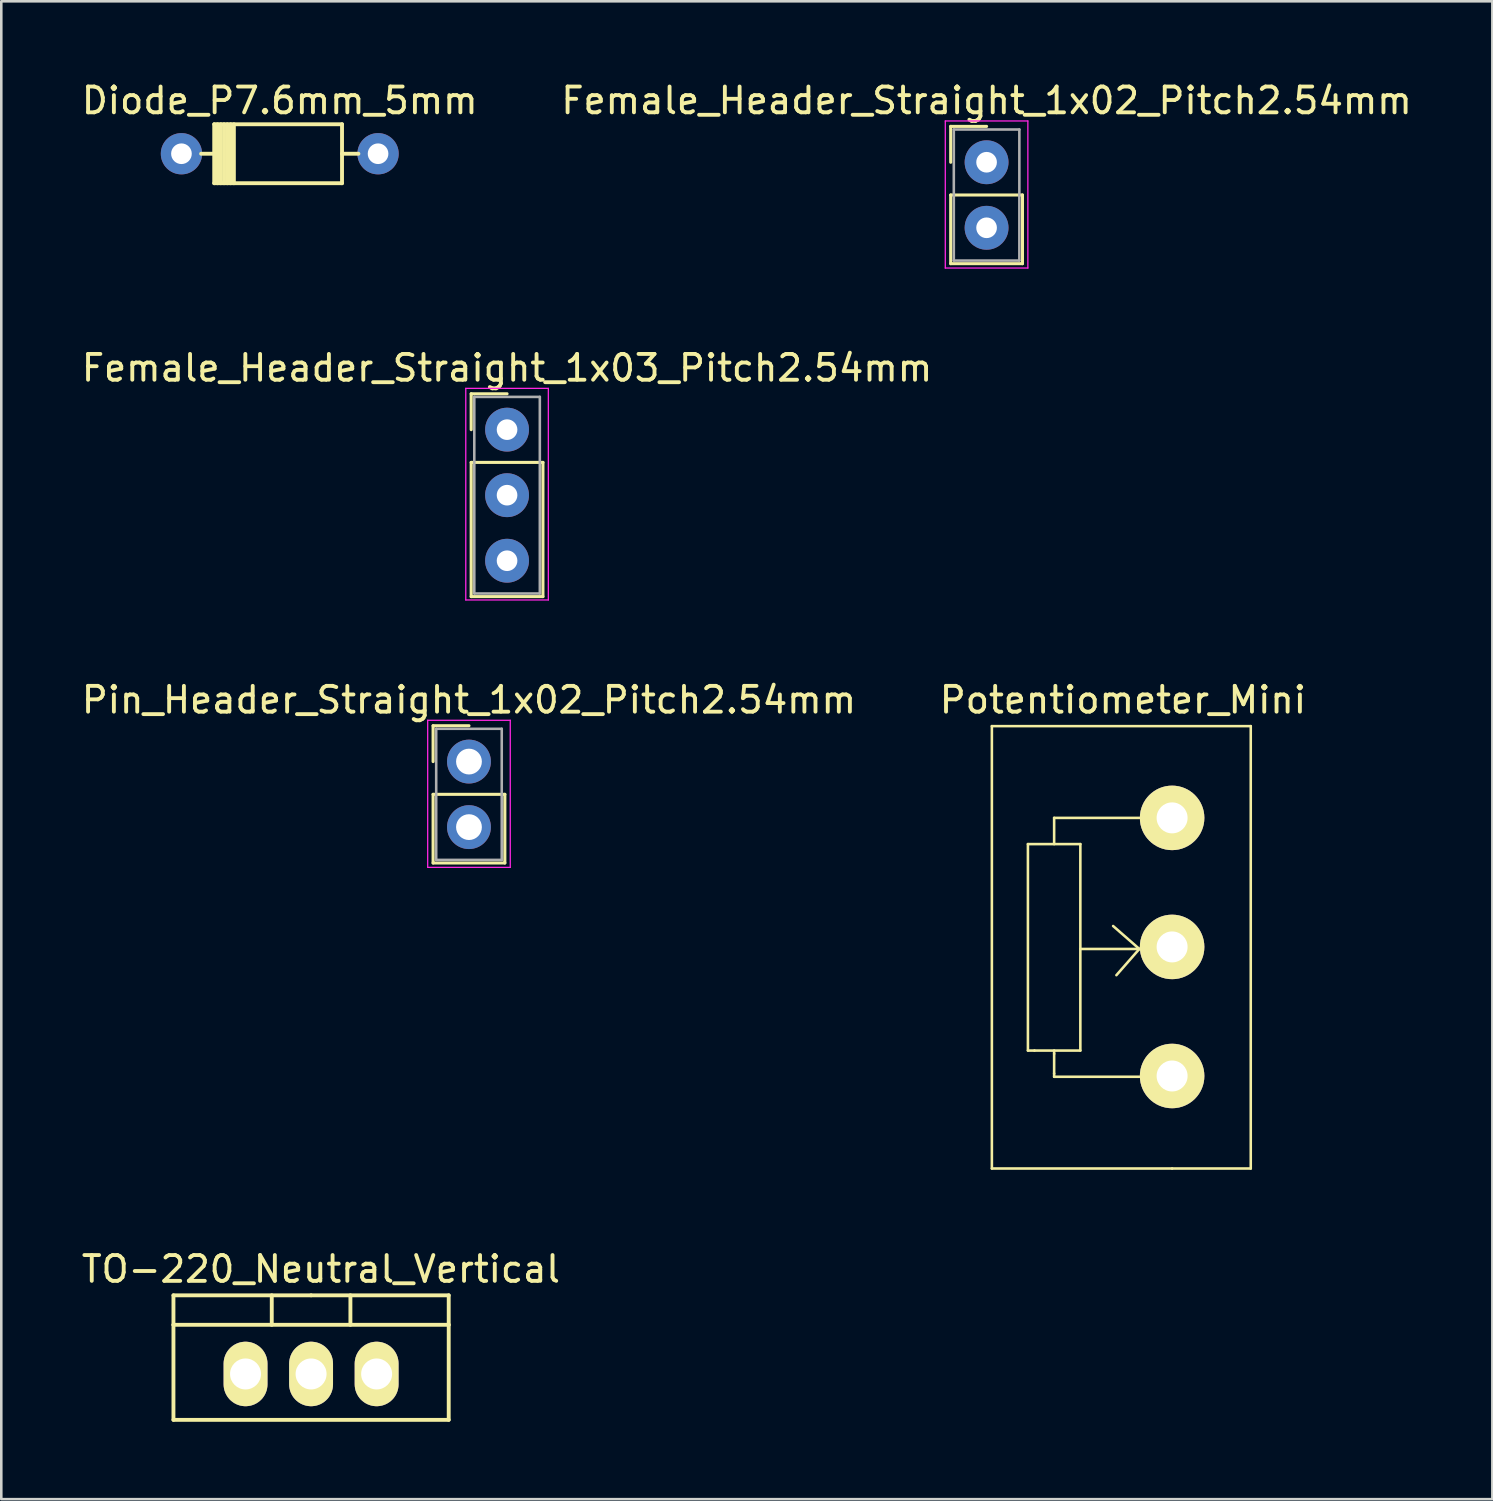
<source format=kicad_pcb>
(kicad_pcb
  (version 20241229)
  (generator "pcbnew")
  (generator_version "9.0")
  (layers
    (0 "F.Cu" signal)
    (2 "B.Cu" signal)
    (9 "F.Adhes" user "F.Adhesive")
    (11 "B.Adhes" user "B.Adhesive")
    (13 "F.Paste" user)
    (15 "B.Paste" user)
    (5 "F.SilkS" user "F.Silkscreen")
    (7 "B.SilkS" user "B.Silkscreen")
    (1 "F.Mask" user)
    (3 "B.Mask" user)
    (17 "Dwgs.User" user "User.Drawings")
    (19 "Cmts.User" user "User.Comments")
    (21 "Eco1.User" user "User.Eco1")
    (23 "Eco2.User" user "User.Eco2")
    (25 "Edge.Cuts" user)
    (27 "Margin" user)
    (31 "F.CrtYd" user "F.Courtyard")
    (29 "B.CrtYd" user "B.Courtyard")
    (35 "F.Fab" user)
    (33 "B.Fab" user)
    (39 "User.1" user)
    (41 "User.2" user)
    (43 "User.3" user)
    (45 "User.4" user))
  (footprint "Female_Header_Straight_1x03_Pitch2.54mm"
    (layer "F.Cu")
    (at 16.601 13.601)
    (property "Reference" "Female_Header_Straight_1x03_Pitch2.54mm" (at 0 -2.39 0) (layer "F.SilkS") (effects (font (size 1 1) (thickness 0.15))))
    (attr through_hole)
    (fp_line (start -1.39 -1.39) (end 0 -1.39) (stroke (width 0.12) (type solid)) (layer "F.SilkS"))
    (fp_line (start -1.39 0) (end -1.39 -1.39) (stroke (width 0.12) (type solid)) (layer "F.SilkS"))
    (fp_line (start -1.39 1.27) (end -1.39 6.47) (stroke (width 0.12) (type solid)) (layer "F.SilkS"))
    (fp_line (start -1.39 6.47) (end 1.39 6.47) (stroke (width 0.12) (type solid)) (layer "F.SilkS"))
    (fp_line (start 1.39 1.27) (end -1.39 1.27) (stroke (width 0.12) (type solid)) (layer "F.SilkS"))
    (fp_line (start 1.39 6.47) (end 1.39 1.27) (stroke (width 0.12) (type solid)) (layer "F.SilkS"))
    (fp_line (start -1.6 -1.6) (end -1.6 6.6) (stroke (width 0.05) (type solid)) (layer "F.CrtYd"))
    (fp_line (start -1.6 6.6) (end 1.6 6.6) (stroke (width 0.05) (type solid)) (layer "F.CrtYd"))
    (fp_line (start 1.6 -1.6) (end -1.6 -1.6) (stroke (width 0.05) (type solid)) (layer "F.CrtYd"))
    (fp_line (start 1.6 6.6) (end 1.6 -1.6) (stroke (width 0.05) (type solid)) (layer "F.CrtYd"))
    (fp_line (start -1.27 -1.27) (end -1.27 6.35) (stroke (width 0.1) (type solid)) (layer "F.Fab"))
    (fp_line (start -1.27 6.35) (end 1.27 6.35) (stroke (width 0.1) (type solid)) (layer "F.Fab"))
    (fp_line (start 1.27 -1.27) (end -1.27 -1.27) (stroke (width 0.1) (type solid)) (layer "F.Fab"))
    (fp_line (start 1.27 6.35) (end 1.27 -1.27) (stroke (width 0.1) (type solid)) (layer "F.Fab"))
    (pad "1" thru_hole circle (at 0 0) (size 1.7 1.7) (drill 0.8) (layers "*.Cu" "*.Mask"))
    (pad "2" thru_hole oval (at 0 2.54) (size 1.7 1.7) (drill 0.8) (layers "*.Cu" "*.Mask"))
    (pad "3" thru_hole oval (at 0 5.08) (size 1.7 1.7) (drill 0.8) (layers "*.Cu" "*.Mask")))
  (footprint "TO-220_Neutral_Vertical"
    (layer "F.Cu")
    (at 6.466 50.198)
    (property "Reference" "TO-220_Neutral_Vertical" (at 2.921 -4.064 0) (layer "F.SilkS") (effects (font (size 1 1) (thickness 0.15))))
    (attr through_hole)
    (fp_line (start -2.794 -1.905) (end -2.794 -3.048) (stroke (width 0.15) (type solid)) (layer "F.SilkS"))
    (fp_line (start -2.794 1.778) (end -2.794 -1.905) (stroke (width 0.15) (type solid)) (layer "F.SilkS"))
    (fp_line (start 1.016 -3.048) (end 1.016 -1.905) (stroke (width 0.15) (type solid)) (layer "F.SilkS"))
    (fp_line (start 2.54 -3.048) (end -2.794 -3.048) (stroke (width 0.15) (type solid)) (layer "F.SilkS"))
    (fp_line (start 2.54 -3.048) (end 7.874 -3.048) (stroke (width 0.15) (type solid)) (layer "F.SilkS"))
    (fp_line (start 4.064 -3.048) (end 4.064 -1.905) (stroke (width 0.15) (type solid)) (layer "F.SilkS"))
    (fp_line (start 7.874 -3.048) (end 7.874 -1.905) (stroke (width 0.15) (type solid)) (layer "F.SilkS"))
    (fp_line (start 7.874 -1.905) (end -2.794 -1.905) (stroke (width 0.15) (type solid)) (layer "F.SilkS"))
    (fp_line (start 7.874 -1.905) (end 7.874 1.778) (stroke (width 0.15) (type solid)) (layer "F.SilkS"))
    (fp_line (start 7.874 1.778) (end -2.794 1.778) (stroke (width 0.15) (type solid)) (layer "F.SilkS"))
    (pad "1" thru_hole oval (at 0 0 90) (size 2.499 1.7) (drill 1.2) (layers "*.Cu" "*.Mask" "F.SilkS"))
    (pad "2" thru_hole oval (at 2.54 0 90) (size 2.499 1.7) (drill 1.2) (layers "*.Cu" "*.Mask" "F.SilkS"))
    (pad "3" thru_hole oval (at 5.08 0 90) (size 2.499 1.7) (drill 1.2) (layers "*.Cu" "*.Mask" "F.SilkS")))
  (footprint "Diode_P7.6mm_5mm"
    (layer "F.Cu")
    (at 3.982 2.908)
    (property "Reference" "Diode_P7.6mm_5mm" (at 3.81 -2.06 0) (layer "F.SilkS") (effects (font (size 1 1) (thickness 0.15))))
    (attr through_hole)
    (fp_line (start 0.762 0) (end 1.27 0) (stroke (width 0.15) (type solid)) (layer "F.SilkS"))
    (fp_line (start 1.27 1.143) (end 1.27 -1.143) (stroke (width 0.15) (type solid)) (layer "F.SilkS"))
    (fp_line (start 1.27 1.143) (end 6.223 1.143) (stroke (width 0.15) (type solid)) (layer "F.SilkS"))
    (fp_line (start 1.397 -1.143) (end 1.397 1.143) (stroke (width 0.15) (type solid)) (layer "F.SilkS"))
    (fp_line (start 1.524 -1.143) (end 1.524 1.143) (stroke (width 0.15) (type solid)) (layer "F.SilkS"))
    (fp_line (start 1.651 -1.143) (end 1.651 1.143) (stroke (width 0.15) (type solid)) (layer "F.SilkS"))
    (fp_line (start 1.778 -1.143) (end 1.778 1.143) (stroke (width 0.15) (type solid)) (layer "F.SilkS"))
    (fp_line (start 1.905 -1.143) (end 1.905 1.143) (stroke (width 0.15) (type solid)) (layer "F.SilkS"))
    (fp_line (start 2.032 -1.143) (end 2.032 1.143) (stroke (width 0.15) (type solid)) (layer "F.SilkS"))
    (fp_line (start 6.223 -1.143) (end 1.27 -1.143) (stroke (width 0.15) (type solid)) (layer "F.SilkS"))
    (fp_line (start 6.223 1.143) (end 6.223 -1.143) (stroke (width 0.15) (type solid)) (layer "F.SilkS"))
    (fp_line (start 6.858 0) (end 6.223 0) (stroke (width 0.15) (type solid)) (layer "F.SilkS"))
    (pad "1" thru_hole circle (at 0 0) (size 1.6 1.6) (drill 0.8) (layers "*.Cu" "*.Mask"))
    (pad "2" thru_hole oval (at 7.62 0) (size 1.6 1.6) (drill 0.8) (layers "*.Cu" "*.Mask")))
  (footprint "Pin_Header_Straight_1x02_Pitch2.54mm"
    (layer "F.Cu")
    (at 15.125 26.465)
    (property "Reference" "Pin_Header_Straight_1x02_Pitch2.54mm" (at 0 -2.39 0) (layer "F.SilkS") (effects (font (size 1 1) (thickness 0.15))))
    (attr through_hole)
    (fp_line (start -1.39 -1.39) (end 0 -1.39) (stroke (width 0.12) (type solid)) (layer "F.SilkS"))
    (fp_line (start -1.39 0) (end -1.39 -1.39) (stroke (width 0.12) (type solid)) (layer "F.SilkS"))
    (fp_line (start -1.39 1.27) (end -1.39 3.93) (stroke (width 0.12) (type solid)) (layer "F.SilkS"))
    (fp_line (start -1.39 3.93) (end 1.39 3.93) (stroke (width 0.12) (type solid)) (layer "F.SilkS"))
    (fp_line (start 1.39 1.27) (end -1.39 1.27) (stroke (width 0.12) (type solid)) (layer "F.SilkS"))
    (fp_line (start 1.39 3.93) (end 1.39 1.27) (stroke (width 0.12) (type solid)) (layer "F.SilkS"))
    (fp_line (start -1.6 -1.6) (end -1.6 4.1) (stroke (width 0.05) (type solid)) (layer "F.CrtYd"))
    (fp_line (start -1.6 4.1) (end 1.6 4.1) (stroke (width 0.05) (type solid)) (layer "F.CrtYd"))
    (fp_line (start 1.6 -1.6) (end -1.6 -1.6) (stroke (width 0.05) (type solid)) (layer "F.CrtYd"))
    (fp_line (start 1.6 4.1) (end 1.6 -1.6) (stroke (width 0.05) (type solid)) (layer "F.CrtYd"))
    (fp_line (start -1.27 -1.27) (end -1.27 3.81) (stroke (width 0.1) (type solid)) (layer "F.Fab"))
    (fp_line (start -1.27 3.81) (end 1.27 3.81) (stroke (width 0.1) (type solid)) (layer "F.Fab"))
    (fp_line (start 1.27 -1.27) (end -1.27 -1.27) (stroke (width 0.1) (type solid)) (layer "F.Fab"))
    (fp_line (start 1.27 3.81) (end 1.27 -1.27) (stroke (width 0.1) (type solid)) (layer "F.Fab"))
    (pad "1" thru_hole circle (at 0 0) (size 1.7 1.7) (drill 1) (layers "*.Cu" "*.Mask"))
    (pad "2" thru_hole oval (at 0 2.54) (size 1.7 1.7) (drill 1) (layers "*.Cu" "*.Mask")))
  (footprint "Potentiometer_Mini"
    (layer "F.Cu")
    (at 42.375 28.647)
    (property "Reference" "Potentiometer_Mini" (at -1.905 -4.572 0) (layer "F.SilkS") (effects (font (size 1 1) (thickness 0.15))))
    (attr through_hole)
    (fp_line (start -6.985 -3.556) (end -6.985 13.589) (stroke (width 0.1) (type solid)) (layer "F.SilkS"))
    (fp_line (start -6.985 13.589) (end 0 13.589) (stroke (width 0.1) (type solid)) (layer "F.SilkS"))
    (fp_line (start -5.588 1.016) (end -3.556 1.016) (stroke (width 0.1) (type solid)) (layer "F.SilkS"))
    (fp_line (start -5.588 9.017) (end -5.588 1.016) (stroke (width 0.1) (type solid)) (layer "F.SilkS"))
    (fp_line (start -5.334 9.017) (end -5.588 9.017) (stroke (width 0.1) (type solid)) (layer "F.SilkS"))
    (fp_line (start -4.572 0) (end -4.572 1.016) (stroke (width 0.1) (type solid)) (layer "F.SilkS"))
    (fp_line (start -4.572 9.144) (end -4.572 9.017) (stroke (width 0.1) (type solid)) (layer "F.SilkS"))
    (fp_line (start -4.572 9.906) (end -4.572 9.144) (stroke (width 0.1) (type solid)) (layer "F.SilkS"))
    (fp_line (start -4.572 9.906) (end -4.572 10.033) (stroke (width 0.1) (type solid)) (layer "F.SilkS"))
    (fp_line (start -4.572 10.033) (end -1.27 10.033) (stroke (width 0.1) (type solid)) (layer "F.SilkS"))
    (fp_line (start -3.556 1.016) (end -3.556 9.017) (stroke (width 0.1) (type solid)) (layer "F.SilkS"))
    (fp_line (start -3.556 9.017) (end -5.334 9.017) (stroke (width 0.1) (type solid)) (layer "F.SilkS"))
    (fp_line (start -1.27 0) (end -4.572 0) (stroke (width 0.1) (type solid)) (layer "F.SilkS"))
    (fp_line (start -1.27 5.08) (end -3.556 5.08) (stroke (width 0.1) (type solid)) (layer "F.SilkS"))
    (fp_line (start -1.27 5.08) (end -2.286 4.191) (stroke (width 0.1) (type solid)) (layer "F.SilkS"))
    (fp_line (start -1.27 5.08) (end -2.159 6.096) (stroke (width 0.1) (type solid)) (layer "F.SilkS"))
    (fp_line (start 0 13.589) (end 3.048 13.589) (stroke (width 0.1) (type solid)) (layer "F.SilkS"))
    (fp_line (start 3.048 -3.556) (end -6.985 -3.556) (stroke (width 0.1) (type solid)) (layer "F.SilkS"))
    (fp_line (start 3.048 13.589) (end 3.048 -3.556) (stroke (width 0.1) (type solid)) (layer "F.SilkS"))
    (pad "1" thru_hole circle (at 0 0) (size 2.5 2.5) (drill 1.2) (layers "*.Cu" "*.Mask" "F.SilkS"))
    (pad "2" thru_hole circle (at 0 5.001) (size 2.5 2.5) (drill 1.2) (layers "*.Cu" "*.Mask" "F.SilkS"))
    (pad "3" thru_hole circle (at 0 10.003) (size 2.5 2.5) (drill 1.2) (layers "*.Cu" "*.Mask" "F.SilkS")))
  (footprint "Female_Header_Straight_1x02_Pitch2.54mm"
    (layer "F.Cu")
    (at 35.185 3.238)
    (property "Reference" "Female_Header_Straight_1x02_Pitch2.54mm" (at 0 -2.39 0) (layer "F.SilkS") (effects (font (size 1 1) (thickness 0.15))))
    (attr through_hole)
    (fp_line (start -1.39 -1.39) (end 0 -1.39) (stroke (width 0.12) (type solid)) (layer "F.SilkS"))
    (fp_line (start -1.39 0) (end -1.39 -1.39) (stroke (width 0.12) (type solid)) (layer "F.SilkS"))
    (fp_line (start -1.39 1.27) (end -1.39 3.93) (stroke (width 0.12) (type solid)) (layer "F.SilkS"))
    (fp_line (start -1.39 3.93) (end 1.39 3.93) (stroke (width 0.12) (type solid)) (layer "F.SilkS"))
    (fp_line (start 1.39 1.27) (end -1.39 1.27) (stroke (width 0.12) (type solid)) (layer "F.SilkS"))
    (fp_line (start 1.39 3.93) (end 1.39 1.27) (stroke (width 0.12) (type solid)) (layer "F.SilkS"))
    (fp_line (start -1.6 -1.6) (end -1.6 4.1) (stroke (width 0.05) (type solid)) (layer "F.CrtYd"))
    (fp_line (start -1.6 4.1) (end 1.6 4.1) (stroke (width 0.05) (type solid)) (layer "F.CrtYd"))
    (fp_line (start 1.6 -1.6) (end -1.6 -1.6) (stroke (width 0.05) (type solid)) (layer "F.CrtYd"))
    (fp_line (start 1.6 4.1) (end 1.6 -1.6) (stroke (width 0.05) (type solid)) (layer "F.CrtYd"))
    (fp_line (start -1.27 -1.27) (end -1.27 3.81) (stroke (width 0.1) (type solid)) (layer "F.Fab"))
    (fp_line (start -1.27 3.81) (end 1.27 3.81) (stroke (width 0.1) (type solid)) (layer "F.Fab"))
    (fp_line (start 1.27 -1.27) (end -1.27 -1.27) (stroke (width 0.1) (type solid)) (layer "F.Fab"))
    (fp_line (start 1.27 3.81) (end 1.27 -1.27) (stroke (width 0.1) (type solid)) (layer "F.Fab"))
    (pad "1" thru_hole circle (at 0 0) (size 1.7 1.7) (drill 0.8) (layers "*.Cu" "*.Mask"))
    (pad "2" thru_hole oval (at 0 2.54) (size 1.7 1.7) (drill 0.8) (layers "*.Cu" "*.Mask")))
  (gr_rect
    (start -3 -3)
    (end 54.786 55.051)
    (stroke (width 0.1) (type default))
    (fill no)
    (layer "Edge.Cuts")))
</source>
